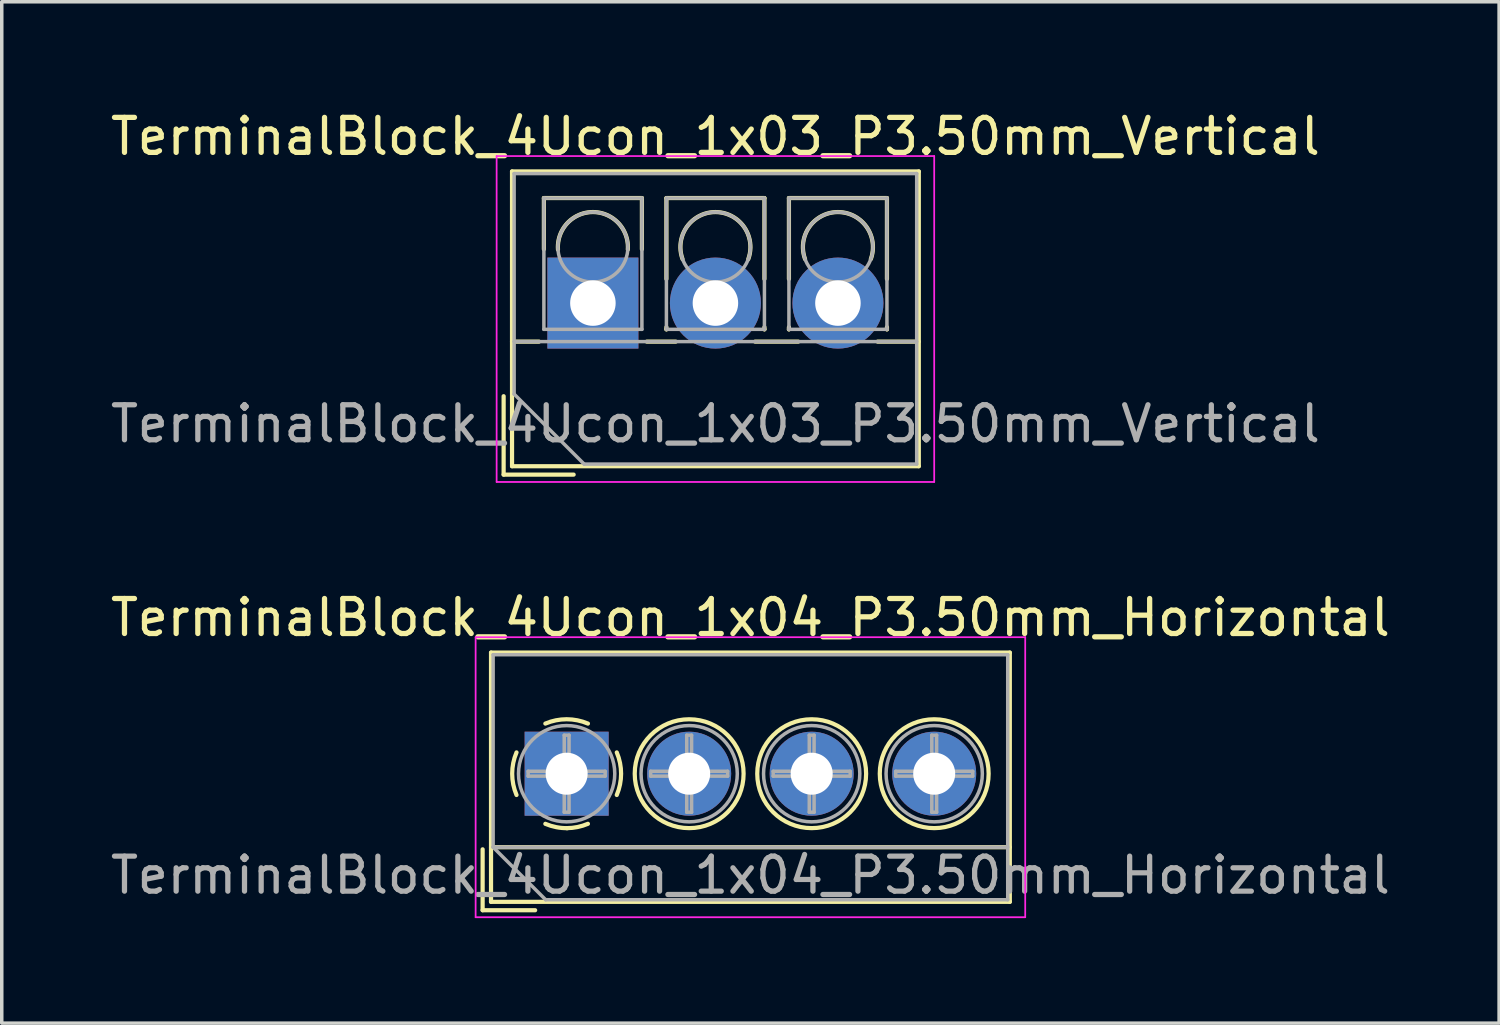
<source format=kicad_pcb>
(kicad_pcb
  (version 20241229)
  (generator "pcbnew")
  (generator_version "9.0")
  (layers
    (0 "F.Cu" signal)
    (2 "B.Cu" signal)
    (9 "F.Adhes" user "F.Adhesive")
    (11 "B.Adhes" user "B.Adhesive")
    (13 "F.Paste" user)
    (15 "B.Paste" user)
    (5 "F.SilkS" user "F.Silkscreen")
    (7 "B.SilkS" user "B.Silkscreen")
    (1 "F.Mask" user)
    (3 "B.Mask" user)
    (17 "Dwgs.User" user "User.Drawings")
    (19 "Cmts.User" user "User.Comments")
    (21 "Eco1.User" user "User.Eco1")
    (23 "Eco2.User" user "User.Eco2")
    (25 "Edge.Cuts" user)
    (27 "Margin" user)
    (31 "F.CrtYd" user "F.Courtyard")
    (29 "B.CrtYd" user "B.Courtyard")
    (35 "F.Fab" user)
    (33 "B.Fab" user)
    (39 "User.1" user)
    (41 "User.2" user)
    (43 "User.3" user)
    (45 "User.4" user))
  (footprint "TerminalBlock_4Ucon_1x04_P3.50mm_Horizontal"
    (layer "F.Cu")
    (at 13.137 19.052)
    (property "Reference" "TerminalBlock_4Ucon_1x04_P3.50mm_Horizontal" (at 5.25 -4.46 0) (layer "F.SilkS") (effects (font (size 1 1) (thickness 0.15))))
    (attr through_hole)
    (fp_line (start -2.4 2.16) (end -2.4 3.9) (stroke (width 0.12) (type solid)) (layer "F.SilkS"))
    (fp_line (start -2.4 3.9) (end -0.9 3.9) (stroke (width 0.12) (type solid)) (layer "F.SilkS"))
    (fp_line (start -2.16 -3.46) (end -2.16 3.66) (stroke (width 0.12) (type solid)) (layer "F.SilkS"))
    (fp_line (start -2.16 -3.46) (end 12.66 -3.46) (stroke (width 0.12) (type solid)) (layer "F.SilkS"))
    (fp_line (start -2.16 2.1) (end 12.66 2.1) (stroke (width 0.12) (type solid)) (layer "F.SilkS"))
    (fp_line (start -2.16 3.66) (end 12.66 3.66) (stroke (width 0.12) (type solid)) (layer "F.SilkS"))
    (fp_line (start 12.66 -3.46) (end 12.66 3.66) (stroke (width 0.12) (type solid)) (layer "F.SilkS"))
    (fp_arc (start -1.432109 0.607742) (mid -1.555727 -0.00014) (end -1.432 -0.608) (stroke (width 0.12) (type solid)) (layer "F.SilkS"))
    (fp_arc (start -0.607742 -1.432109) (mid 0.00014 -1.555727) (end 0.608 -1.432) (stroke (width 0.12) (type solid)) (layer "F.SilkS"))
    (fp_arc (start 0.027011 1.555493) (mid -0.296984 1.527118) (end -0.608 1.432) (stroke (width 0.12) (type solid)) (layer "F.SilkS"))
    (fp_arc (start 0.607587 1.431385) (mid 0.310017 1.523783) (end 0 1.555) (stroke (width 0.12) (type solid)) (layer "F.SilkS"))
    (fp_arc (start 1.432109 -0.607742) (mid 1.555727 0.00014) (end 1.432 0.608) (stroke (width 0.12) (type solid)) (layer "F.SilkS"))
    (fp_circle (center 3.5 0) (end 5.055 0) (stroke (width 0.12) (type solid)) (fill no) (layer "F.SilkS"))
    (fp_circle (center 7 0) (end 8.555 0) (stroke (width 0.12) (type solid)) (fill no) (layer "F.SilkS"))
    (fp_circle (center 10.5 0) (end 12.055 0) (stroke (width 0.12) (type solid)) (fill no) (layer "F.SilkS"))
    (fp_line (start -2.6 -3.9) (end -2.6 4.1) (stroke (width 0.05) (type solid)) (layer "F.CrtYd"))
    (fp_line (start -2.6 4.1) (end 13.1 4.1) (stroke (width 0.05) (type solid)) (layer "F.CrtYd"))
    (fp_line (start 13.1 -3.9) (end -2.6 -3.9) (stroke (width 0.05) (type solid)) (layer "F.CrtYd"))
    (fp_line (start 13.1 4.1) (end 13.1 -3.9) (stroke (width 0.05) (type solid)) (layer "F.CrtYd"))
    (fp_line (start -2.1 -3.4) (end 12.6 -3.4) (stroke (width 0.1) (type solid)) (layer "F.Fab"))
    (fp_line (start -2.1 2.1) (end -2.1 -3.4) (stroke (width 0.1) (type solid)) (layer "F.Fab"))
    (fp_line (start -2.1 2.1) (end 12.6 2.1) (stroke (width 0.1) (type solid)) (layer "F.Fab"))
    (fp_line (start -1.1 -0.069) (end -0.069 -0.069) (stroke (width 0.1) (type solid)) (layer "F.Fab"))
    (fp_line (start -1.1 0.069) (end -1.1 -0.069) (stroke (width 0.1) (type solid)) (layer "F.Fab"))
    (fp_line (start -0.6 3.6) (end -2.1 2.1) (stroke (width 0.1) (type solid)) (layer "F.Fab"))
    (fp_line (start -0.069 -1.1) (end 0.069 -1.1) (stroke (width 0.1) (type solid)) (layer "F.Fab"))
    (fp_line (start -0.069 -0.069) (end -0.069 -1.1) (stroke (width 0.1) (type solid)) (layer "F.Fab"))
    (fp_line (start -0.069 0.069) (end -1.1 0.069) (stroke (width 0.1) (type solid)) (layer "F.Fab"))
    (fp_line (start -0.069 1.1) (end -0.069 0.069) (stroke (width 0.1) (type solid)) (layer "F.Fab"))
    (fp_line (start 0.069 -1.1) (end 0.069 -0.069) (stroke (width 0.1) (type solid)) (layer "F.Fab"))
    (fp_line (start 0.069 -0.069) (end 1.1 -0.069) (stroke (width 0.1) (type solid)) (layer "F.Fab"))
    (fp_line (start 0.069 0.069) (end 0.069 1.1) (stroke (width 0.1) (type solid)) (layer "F.Fab"))
    (fp_line (start 0.069 1.1) (end -0.069 1.1) (stroke (width 0.1) (type solid)) (layer "F.Fab"))
    (fp_line (start 1.1 -0.069) (end 1.1 0.069) (stroke (width 0.1) (type solid)) (layer "F.Fab"))
    (fp_line (start 1.1 0.069) (end 0.069 0.069) (stroke (width 0.1) (type solid)) (layer "F.Fab"))
    (fp_line (start 2.4 -0.069) (end 3.431 -0.069) (stroke (width 0.1) (type solid)) (layer "F.Fab"))
    (fp_line (start 2.4 0.069) (end 2.4 -0.069) (stroke (width 0.1) (type solid)) (layer "F.Fab"))
    (fp_line (start 3.431 -1.1) (end 3.569 -1.1) (stroke (width 0.1) (type solid)) (layer "F.Fab"))
    (fp_line (start 3.431 -0.069) (end 3.431 -1.1) (stroke (width 0.1) (type solid)) (layer "F.Fab"))
    (fp_line (start 3.431 0.069) (end 2.4 0.069) (stroke (width 0.1) (type solid)) (layer "F.Fab"))
    (fp_line (start 3.431 1.1) (end 3.431 0.069) (stroke (width 0.1) (type solid)) (layer "F.Fab"))
    (fp_line (start 3.569 -1.1) (end 3.569 -0.069) (stroke (width 0.1) (type solid)) (layer "F.Fab"))
    (fp_line (start 3.569 -0.069) (end 4.6 -0.069) (stroke (width 0.1) (type solid)) (layer "F.Fab"))
    (fp_line (start 3.569 0.069) (end 3.569 1.1) (stroke (width 0.1) (type solid)) (layer "F.Fab"))
    (fp_line (start 3.569 1.1) (end 3.431 1.1) (stroke (width 0.1) (type solid)) (layer "F.Fab"))
    (fp_line (start 4.6 -0.069) (end 4.6 0.069) (stroke (width 0.1) (type solid)) (layer "F.Fab"))
    (fp_line (start 4.6 0.069) (end 3.569 0.069) (stroke (width 0.1) (type solid)) (layer "F.Fab"))
    (fp_line (start 5.9 -0.069) (end 6.931 -0.069) (stroke (width 0.1) (type solid)) (layer "F.Fab"))
    (fp_line (start 5.9 0.069) (end 5.9 -0.069) (stroke (width 0.1) (type solid)) (layer "F.Fab"))
    (fp_line (start 6.931 -1.1) (end 7.069 -1.1) (stroke (width 0.1) (type solid)) (layer "F.Fab"))
    (fp_line (start 6.931 -0.069) (end 6.931 -1.1) (stroke (width 0.1) (type solid)) (layer "F.Fab"))
    (fp_line (start 6.931 0.069) (end 5.9 0.069) (stroke (width 0.1) (type solid)) (layer "F.Fab"))
    (fp_line (start 6.931 1.1) (end 6.931 0.069) (stroke (width 0.1) (type solid)) (layer "F.Fab"))
    (fp_line (start 7.069 -1.1) (end 7.069 -0.069) (stroke (width 0.1) (type solid)) (layer "F.Fab"))
    (fp_line (start 7.069 -0.069) (end 8.1 -0.069) (stroke (width 0.1) (type solid)) (layer "F.Fab"))
    (fp_line (start 7.069 0.069) (end 7.069 1.1) (stroke (width 0.1) (type solid)) (layer "F.Fab"))
    (fp_line (start 7.069 1.1) (end 6.931 1.1) (stroke (width 0.1) (type solid)) (layer "F.Fab"))
    (fp_line (start 8.1 -0.069) (end 8.1 0.069) (stroke (width 0.1) (type solid)) (layer "F.Fab"))
    (fp_line (start 8.1 0.069) (end 7.069 0.069) (stroke (width 0.1) (type solid)) (layer "F.Fab"))
    (fp_line (start 9.4 -0.069) (end 10.431 -0.069) (stroke (width 0.1) (type solid)) (layer "F.Fab"))
    (fp_line (start 9.4 0.069) (end 9.4 -0.069) (stroke (width 0.1) (type solid)) (layer "F.Fab"))
    (fp_line (start 10.431 -1.1) (end 10.569 -1.1) (stroke (width 0.1) (type solid)) (layer "F.Fab"))
    (fp_line (start 10.431 -0.069) (end 10.431 -1.1) (stroke (width 0.1) (type solid)) (layer "F.Fab"))
    (fp_line (start 10.431 0.069) (end 9.4 0.069) (stroke (width 0.1) (type solid)) (layer "F.Fab"))
    (fp_line (start 10.431 1.1) (end 10.431 0.069) (stroke (width 0.1) (type solid)) (layer "F.Fab"))
    (fp_line (start 10.569 -1.1) (end 10.569 -0.069) (stroke (width 0.1) (type solid)) (layer "F.Fab"))
    (fp_line (start 10.569 -0.069) (end 11.6 -0.069) (stroke (width 0.1) (type solid)) (layer "F.Fab"))
    (fp_line (start 10.569 0.069) (end 10.569 1.1) (stroke (width 0.1) (type solid)) (layer "F.Fab"))
    (fp_line (start 10.569 1.1) (end 10.431 1.1) (stroke (width 0.1) (type solid)) (layer "F.Fab"))
    (fp_line (start 11.6 -0.069) (end 11.6 0.069) (stroke (width 0.1) (type solid)) (layer "F.Fab"))
    (fp_line (start 11.6 0.069) (end 10.569 0.069) (stroke (width 0.1) (type solid)) (layer "F.Fab"))
    (fp_line (start 12.6 -3.4) (end 12.6 3.6) (stroke (width 0.1) (type solid)) (layer "F.Fab"))
    (fp_line (start 12.6 3.6) (end -0.6 3.6) (stroke (width 0.1) (type solid)) (layer "F.Fab"))
    (fp_circle (center 0 0) (end 1.375 0) (stroke (width 0.1) (type solid)) (fill no) (layer "F.Fab"))
    (fp_circle (center 3.5 0) (end 4.875 0) (stroke (width 0.1) (type solid)) (fill no) (layer "F.Fab"))
    (fp_circle (center 7 0) (end 8.375 0) (stroke (width 0.1) (type solid)) (fill no) (layer "F.Fab"))
    (fp_circle (center 10.5 0) (end 11.875 0) (stroke (width 0.1) (type solid)) (fill no) (layer "F.Fab"))
    (fp_text user "${REFERENCE}" (at 5.25 2.9 0) (layer "F.Fab") (effects (font (size 1 1) (thickness 0.15))))
    (pad "1" thru_hole rect (at 0 0) (size 2.4 2.4) (drill 1.2) (layers "*.Cu" "*.Mask"))
    (pad "2" thru_hole circle (at 3.5 0) (size 2.4 2.4) (drill 1.2) (layers "*.Cu" "*.Mask"))
    (pad "3" thru_hole circle (at 7 0) (size 2.4 2.4) (drill 1.2) (layers "*.Cu" "*.Mask"))
    (pad "4" thru_hole circle (at 10.5 0) (size 2.4 2.4) (drill 1.2) (layers "*.Cu" "*.Mask")))
  (footprint "TerminalBlock_4Ucon_1x03_P3.50mm_Vertical"
    (layer "F.Cu")
    (at 13.887 5.608)
    (property "Reference" "TerminalBlock_4Ucon_1x03_P3.50mm_Vertical" (at 3.5 -4.76 0) (layer "F.SilkS") (effects (font (size 1 1) (thickness 0.15))))
    (attr through_hole)
    (fp_line (start -2.55 2.66) (end -2.55 4.9) (stroke (width 0.12) (type solid)) (layer "F.SilkS"))
    (fp_line (start -2.55 4.9) (end -0.55 4.9) (stroke (width 0.12) (type solid)) (layer "F.SilkS"))
    (fp_line (start -2.31 -3.76) (end -2.31 4.66) (stroke (width 0.12) (type solid)) (layer "F.SilkS"))
    (fp_line (start -2.31 -3.76) (end 9.31 -3.76) (stroke (width 0.12) (type solid)) (layer "F.SilkS"))
    (fp_line (start -2.31 1.101) (end -1.54 1.101) (stroke (width 0.12) (type solid)) (layer "F.SilkS"))
    (fp_line (start -2.31 4.66) (end 9.31 4.66) (stroke (width 0.12) (type solid)) (layer "F.SilkS"))
    (fp_line (start -1.4 -3) (end -1.4 -1.54) (stroke (width 0.12) (type solid)) (layer "F.SilkS"))
    (fp_line (start -1.4 -3) (end 1.4 -3) (stroke (width 0.12) (type solid)) (layer "F.SilkS"))
    (fp_line (start 1.4 -3) (end 1.4 -1.54) (stroke (width 0.12) (type solid)) (layer "F.SilkS"))
    (fp_line (start 1.54 1.101) (end 2.367 1.101) (stroke (width 0.12) (type solid)) (layer "F.SilkS"))
    (fp_line (start 2.1 -3) (end 2.1 -0.689) (stroke (width 0.12) (type solid)) (layer "F.SilkS"))
    (fp_line (start 2.1 -3) (end 4.9 -3) (stroke (width 0.12) (type solid)) (layer "F.SilkS"))
    (fp_line (start 2.1 0.689) (end 2.1 0.75) (stroke (width 0.12) (type solid)) (layer "F.SilkS"))
    (fp_line (start 2.1 0.75) (end 2.101 0.75) (stroke (width 0.12) (type solid)) (layer "F.SilkS"))
    (fp_line (start 4.634 1.101) (end 5.867 1.101) (stroke (width 0.12) (type solid)) (layer "F.SilkS"))
    (fp_line (start 4.9 -3) (end 4.9 -0.689) (stroke (width 0.12) (type solid)) (layer "F.SilkS"))
    (fp_line (start 4.9 0.689) (end 4.9 0.75) (stroke (width 0.12) (type solid)) (layer "F.SilkS"))
    (fp_line (start 4.9 0.75) (end 4.9 0.75) (stroke (width 0.12) (type solid)) (layer "F.SilkS"))
    (fp_line (start 5.6 -3) (end 5.6 -0.689) (stroke (width 0.12) (type solid)) (layer "F.SilkS"))
    (fp_line (start 5.6 -3) (end 8.4 -3) (stroke (width 0.12) (type solid)) (layer "F.SilkS"))
    (fp_line (start 5.6 0.689) (end 5.6 0.75) (stroke (width 0.12) (type solid)) (layer "F.SilkS"))
    (fp_line (start 5.6 0.75) (end 5.601 0.75) (stroke (width 0.12) (type solid)) (layer "F.SilkS"))
    (fp_line (start 8.134 1.101) (end 9.31 1.101) (stroke (width 0.12) (type solid)) (layer "F.SilkS"))
    (fp_line (start 8.4 -3) (end 8.4 -0.689) (stroke (width 0.12) (type solid)) (layer "F.SilkS"))
    (fp_line (start 8.4 0.689) (end 8.4 0.75) (stroke (width 0.12) (type solid)) (layer "F.SilkS"))
    (fp_line (start 8.4 0.75) (end 8.4 0.75) (stroke (width 0.12) (type solid)) (layer "F.SilkS"))
    (fp_line (start 9.31 -3.76) (end 9.31 4.66) (stroke (width 0.12) (type solid)) (layer "F.SilkS"))
    (fp_arc (start -0.99789 -1.529434) (mid -0.000785 -2.600382) (end 0.998 -1.531) (stroke (width 0.12) (type solid)) (layer "F.SilkS"))
    (fp_arc (start 2.560085 -1.257767) (mid 3.499876 -2.600282) (end 4.44 -1.258) (stroke (width 0.12) (type solid)) (layer "F.SilkS"))
    (fp_arc (start 6.060085 -1.257767) (mid 6.999876 -2.600282) (end 7.94 -1.258) (stroke (width 0.12) (type solid)) (layer "F.SilkS"))
    (fp_line (start -2.75 -4.2) (end -2.75 5.11) (stroke (width 0.05) (type solid)) (layer "F.CrtYd"))
    (fp_line (start -2.75 5.11) (end 9.75 5.11) (stroke (width 0.05) (type solid)) (layer "F.CrtYd"))
    (fp_line (start 9.75 -4.2) (end -2.75 -4.2) (stroke (width 0.05) (type solid)) (layer "F.CrtYd"))
    (fp_line (start 9.75 5.11) (end 9.75 -4.2) (stroke (width 0.05) (type solid)) (layer "F.CrtYd"))
    (fp_line (start -2.25 -3.7) (end 9.25 -3.7) (stroke (width 0.1) (type solid)) (layer "F.Fab"))
    (fp_line (start -2.25 1.1) (end 9.25 1.1) (stroke (width 0.1) (type solid)) (layer "F.Fab"))
    (fp_line (start -2.25 2.6) (end -2.25 -3.7) (stroke (width 0.1) (type solid)) (layer "F.Fab"))
    (fp_line (start -1.4 -3) (end -1.4 0.75) (stroke (width 0.1) (type solid)) (layer "F.Fab"))
    (fp_line (start -1.4 0.75) (end 1.4 0.75) (stroke (width 0.1) (type solid)) (layer "F.Fab"))
    (fp_line (start -0.25 4.6) (end -2.25 2.6) (stroke (width 0.1) (type solid)) (layer "F.Fab"))
    (fp_line (start 1.4 -3) (end -1.4 -3) (stroke (width 0.1) (type solid)) (layer "F.Fab"))
    (fp_line (start 1.4 0.75) (end 1.4 -3) (stroke (width 0.1) (type solid)) (layer "F.Fab"))
    (fp_line (start 2.1 -3) (end 2.1 0.75) (stroke (width 0.1) (type solid)) (layer "F.Fab"))
    (fp_line (start 2.1 0.75) (end 4.9 0.75) (stroke (width 0.1) (type solid)) (layer "F.Fab"))
    (fp_line (start 4.9 -3) (end 2.1 -3) (stroke (width 0.1) (type solid)) (layer "F.Fab"))
    (fp_line (start 4.9 0.75) (end 4.9 -3) (stroke (width 0.1) (type solid)) (layer "F.Fab"))
    (fp_line (start 5.6 -3) (end 5.6 0.75) (stroke (width 0.1) (type solid)) (layer "F.Fab"))
    (fp_line (start 5.6 0.75) (end 8.4 0.75) (stroke (width 0.1) (type solid)) (layer "F.Fab"))
    (fp_line (start 8.4 -3) (end 5.6 -3) (stroke (width 0.1) (type solid)) (layer "F.Fab"))
    (fp_line (start 8.4 0.75) (end 8.4 -3) (stroke (width 0.1) (type solid)) (layer "F.Fab"))
    (fp_line (start 9.25 -3.7) (end 9.25 4.6) (stroke (width 0.1) (type solid)) (layer "F.Fab"))
    (fp_line (start 9.25 4.6) (end -0.25 4.6) (stroke (width 0.1) (type solid)) (layer "F.Fab"))
    (fp_circle (center 0 -1.6) (end 1 -1.6) (stroke (width 0.1) (type solid)) (fill no) (layer "F.Fab"))
    (fp_circle (center 3.5 -1.6) (end 4.5 -1.6) (stroke (width 0.1) (type solid)) (fill no) (layer "F.Fab"))
    (fp_circle (center 7 -1.6) (end 8 -1.6) (stroke (width 0.1) (type solid)) (fill no) (layer "F.Fab"))
    (fp_text user "${REFERENCE}" (at 3.5 3.45 0) (layer "F.Fab") (effects (font (size 1 1) (thickness 0.15))))
    (pad "1" thru_hole rect (at 0 0) (size 2.6 2.6) (drill 1.3) (layers "*.Cu" "*.Mask"))
    (pad "2" thru_hole circle (at 3.5 0) (size 2.6 2.6) (drill 1.3) (layers "*.Cu" "*.Mask"))
    (pad "3" thru_hole circle (at 7 0) (size 2.6 2.6) (drill 1.3) (layers "*.Cu" "*.Mask")))
  (gr_rect
    (start -3 -3)
    (end 39.774 26.177)
    (stroke (width 0.1) (type default))
    (fill no)
    (layer "Edge.Cuts")))
</source>
